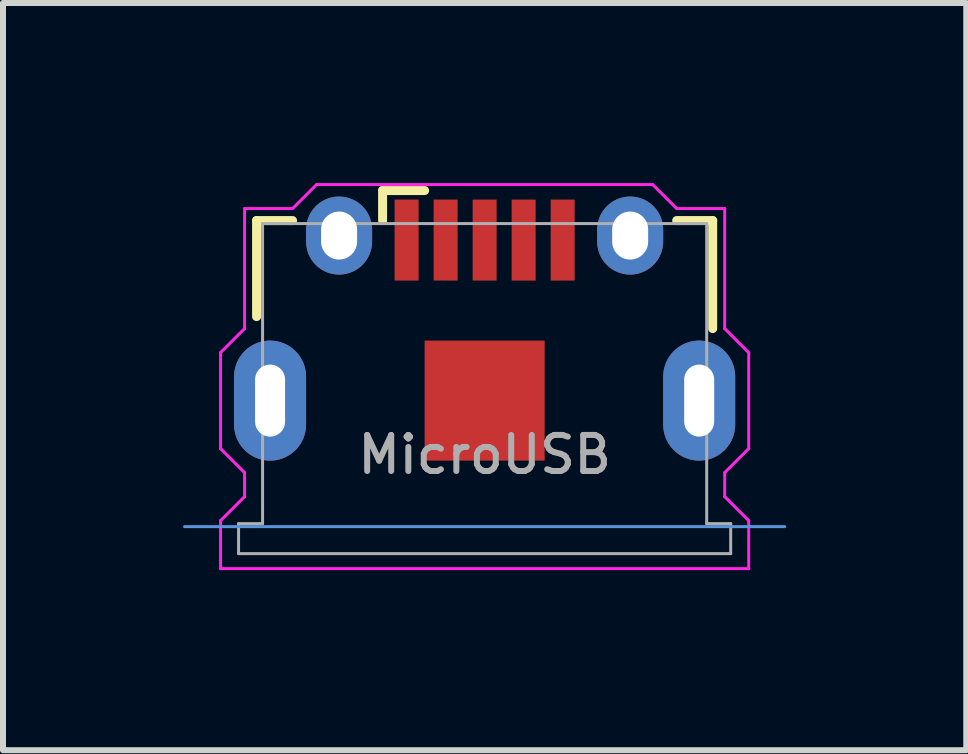
<source format=kicad_pcb>
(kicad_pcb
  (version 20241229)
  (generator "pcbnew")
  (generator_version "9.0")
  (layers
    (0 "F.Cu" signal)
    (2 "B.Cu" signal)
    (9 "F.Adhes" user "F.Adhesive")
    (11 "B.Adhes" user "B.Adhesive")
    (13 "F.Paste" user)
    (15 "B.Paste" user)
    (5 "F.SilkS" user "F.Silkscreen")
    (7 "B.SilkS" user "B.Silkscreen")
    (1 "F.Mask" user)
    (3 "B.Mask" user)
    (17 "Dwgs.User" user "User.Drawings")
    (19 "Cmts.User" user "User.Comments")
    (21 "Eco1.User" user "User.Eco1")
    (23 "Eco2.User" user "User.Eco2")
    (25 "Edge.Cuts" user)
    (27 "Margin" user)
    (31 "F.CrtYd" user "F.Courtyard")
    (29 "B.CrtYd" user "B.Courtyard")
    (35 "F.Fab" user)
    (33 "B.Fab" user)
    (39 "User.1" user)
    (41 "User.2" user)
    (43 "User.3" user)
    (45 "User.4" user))
  (footprint "MicroUSB"
    (layer "F.Cu")
    (at 5.025 3.625)
    (property "Reference" "MicroUSB" (at 0 0.9 0) (layer "F.Fab") (effects (font (size 0.6 0.6) (thickness 0.1))))
    (attr through_hole)
    (fp_line (start -3.8 -3) (end -3.2 -3) (stroke (width 0.15) (type solid)) (layer "F.SilkS"))
    (fp_line (start -3.8 -1.4) (end -3.8 -3) (stroke (width 0.15) (type solid)) (layer "F.SilkS"))
    (fp_line (start -1.7 -3.5) (end -1.7 -3) (stroke (width 0.15) (type solid)) (layer "F.SilkS"))
    (fp_line (start -1 -3.5) (end -1.7 -3.5) (stroke (width 0.15) (type solid)) (layer "F.SilkS"))
    (fp_line (start 3.8 -3) (end 3.2 -3) (stroke (width 0.15) (type solid)) (layer "F.SilkS"))
    (fp_line (start 3.8 -1.2) (end 3.8 -3) (stroke (width 0.15) (type solid)) (layer "F.SilkS"))
    (fp_line (start 5 2.1) (end -5 2.1) (stroke (width 0.05) (type solid)) (layer "Cmts.User"))
    (fp_line (start -4.4 -0.8) (end -4.4 0.8) (stroke (width 0.05) (type solid)) (layer "F.CrtYd"))
    (fp_line (start -4.4 0.8) (end -4 1.2) (stroke (width 0.05) (type solid)) (layer "F.CrtYd"))
    (fp_line (start -4.4 2) (end -4.4 2.8) (stroke (width 0.05) (type solid)) (layer "F.CrtYd"))
    (fp_line (start -4.4 2.8) (end 4.4 2.8) (stroke (width 0.05) (type solid)) (layer "F.CrtYd"))
    (fp_line (start -4 -3.2) (end -4 -1.2) (stroke (width 0.05) (type solid)) (layer "F.CrtYd"))
    (fp_line (start -4 -1.2) (end -4.4 -0.8) (stroke (width 0.05) (type solid)) (layer "F.CrtYd"))
    (fp_line (start -4 1.2) (end -4 1.6) (stroke (width 0.05) (type solid)) (layer "F.CrtYd"))
    (fp_line (start -4 1.6) (end -4.4 2) (stroke (width 0.05) (type solid)) (layer "F.CrtYd"))
    (fp_line (start -3.2 -3.2) (end -4 -3.2) (stroke (width 0.05) (type solid)) (layer "F.CrtYd"))
    (fp_line (start -2.8 -3.6) (end -3.2 -3.2) (stroke (width 0.05) (type solid)) (layer "F.CrtYd"))
    (fp_line (start 2.8 -3.6) (end -2.8 -3.6) (stroke (width 0.05) (type solid)) (layer "F.CrtYd"))
    (fp_line (start 3.2 -3.2) (end 2.8 -3.6) (stroke (width 0.05) (type solid)) (layer "F.CrtYd"))
    (fp_line (start 4 -3.2) (end 3.2 -3.2) (stroke (width 0.05) (type solid)) (layer "F.CrtYd"))
    (fp_line (start 4 -1.2) (end 4 -3.2) (stroke (width 0.05) (type solid)) (layer "F.CrtYd"))
    (fp_line (start 4 1.2) (end 4.4 0.8) (stroke (width 0.05) (type solid)) (layer "F.CrtYd"))
    (fp_line (start 4 1.6) (end 4 1.2) (stroke (width 0.05) (type solid)) (layer "F.CrtYd"))
    (fp_line (start 4.4 -0.8) (end 4 -1.2) (stroke (width 0.05) (type solid)) (layer "F.CrtYd"))
    (fp_line (start 4.4 0.8) (end 4.4 -0.8) (stroke (width 0.05) (type solid)) (layer "F.CrtYd"))
    (fp_line (start 4.4 2) (end 4 1.6) (stroke (width 0.05) (type solid)) (layer "F.CrtYd"))
    (fp_line (start 4.4 2.8) (end 4.4 2) (stroke (width 0.05) (type solid)) (layer "F.CrtYd"))
    (fp_line (start -4.1 2.05) (end -3.7 2.05) (stroke (width 0.05) (type solid)) (layer "F.Fab"))
    (fp_line (start -4.1 2.55) (end -4.1 2.05) (stroke (width 0.05) (type solid)) (layer "F.Fab"))
    (fp_line (start -4.1 2.55) (end 4.1 2.55) (stroke (width 0.05) (type solid)) (layer "F.Fab"))
    (fp_line (start -3.7 -2.95) (end -3.7 2.05) (stroke (width 0.05) (type solid)) (layer "F.Fab"))
    (fp_line (start 3.7 -2.95) (end -3.7 -2.95) (stroke (width 0.05) (type solid)) (layer "F.Fab"))
    (fp_line (start 3.7 2.05) (end 3.7 -2.95) (stroke (width 0.05) (type solid)) (layer "F.Fab"))
    (fp_line (start 4.1 2.05) (end 3.7 2.05) (stroke (width 0.05) (type solid)) (layer "F.Fab"))
    (fp_line (start 4.1 2.55) (end 4.1 2.05) (stroke (width 0.05) (type solid)) (layer "F.Fab"))
    (fp_text user "${REFERENCE}" (at -1.5 -1.7 0) (layer "Eco1.User") (effects (font (size 0.3 0.3) (thickness 0.03))))
    (pad "" thru_hole oval (at -3.575 0) (size 1.2 2) (drill oval 0.5 1.2) (layers "*.Cu" "*.Mask" "F.Paste"))
    (pad "" thru_hole oval (at -2.425 -2.75) (size 1.1 1.3) (drill oval 0.6 0.8) (layers "*.Cu" "*.Mask"))
    (pad "" smd rect (at 0 0) (size 2 2) (layers "F.Cu" "F.Mask" "F.Paste"))
    (pad "" thru_hole oval (at 2.425 -2.75) (size 1.1 1.3) (drill oval 0.6 0.8) (layers "*.Cu" "*.Mask"))
    (pad "" thru_hole oval (at 3.575 0) (size 1.2 2) (drill oval 0.5 1.2) (layers "*.Cu" "*.Mask" "F.Paste"))
    (pad "1" smd rect (at -1.3 -2.675) (size 0.4 1.35) (layers "F.Cu" "F.Mask" "F.Paste"))
    (pad "2" smd rect (at -0.65 -2.675) (size 0.4 1.35) (layers "F.Cu" "F.Mask" "F.Paste"))
    (pad "3" smd rect (at 0 -2.675) (size 0.4 1.35) (layers "F.Cu" "F.Mask" "F.Paste"))
    (pad "4" smd rect (at 0.65 -2.675) (size 0.4 1.35) (layers "F.Cu" "F.Mask" "F.Paste"))
    (pad "5" smd rect (at 1.3 -2.675) (size 0.4 1.35) (layers "F.Cu" "F.Mask" "F.Paste")))
  (gr_rect
    (start -3 -3)
    (end 13.05 9.45)
    (stroke (width 0.1) (type default))
    (fill no)
    (layer "Edge.Cuts")))
</source>
